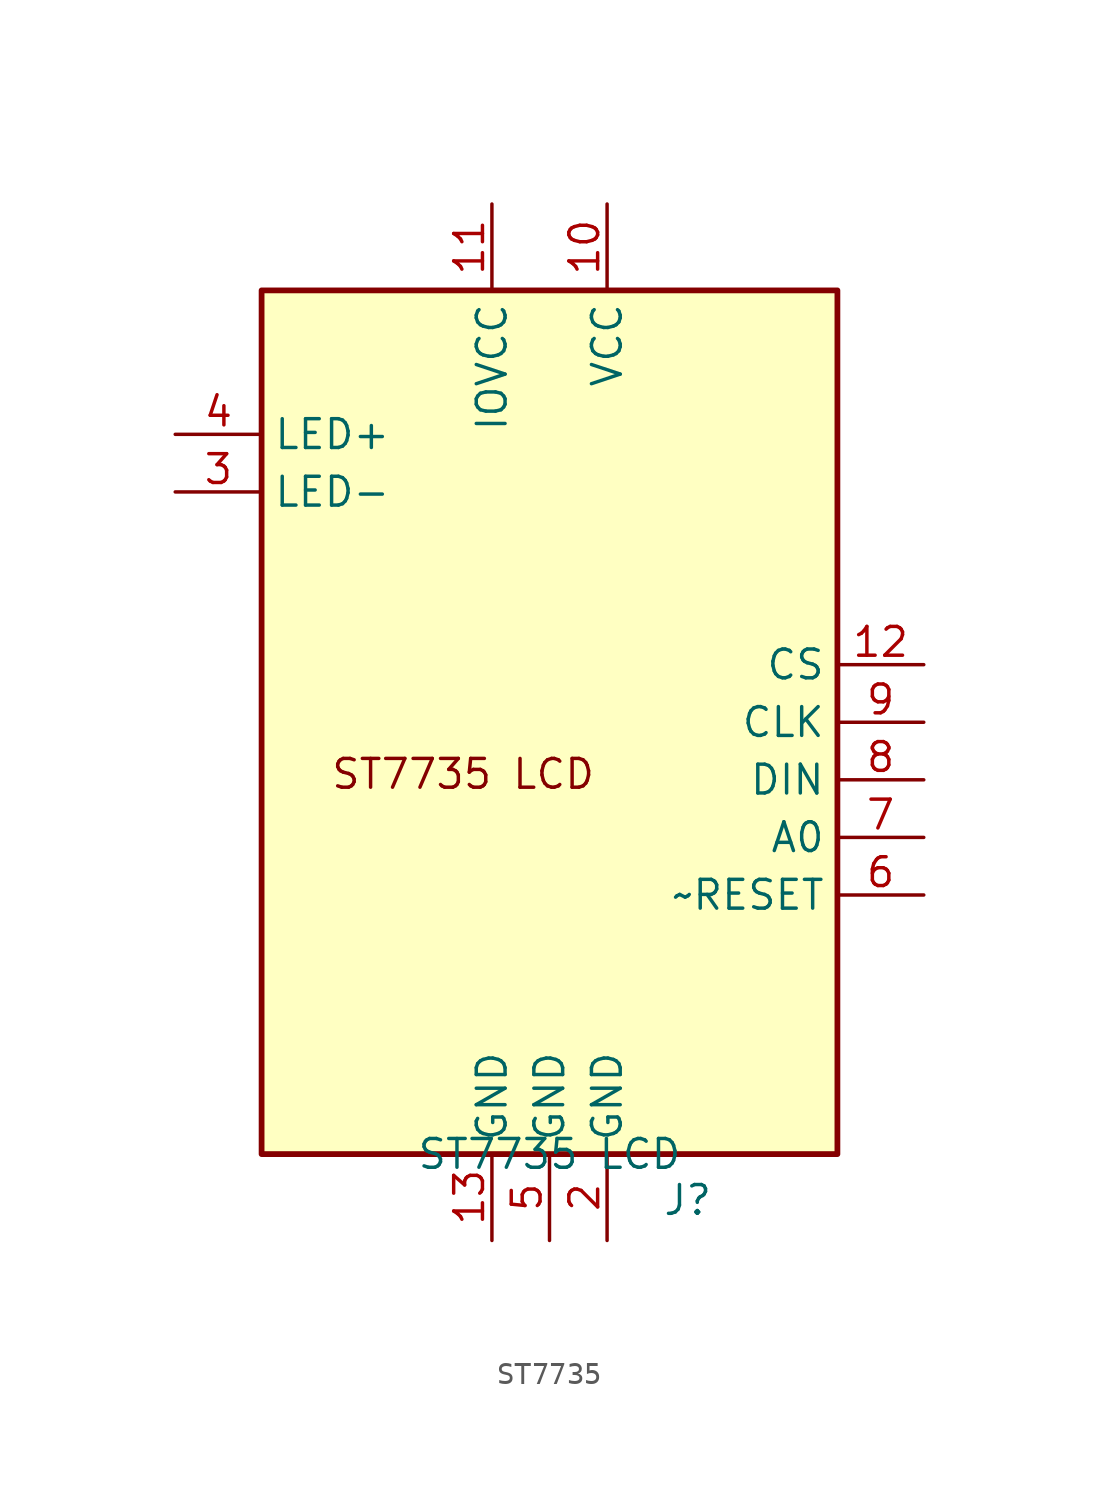
<source format=kicad_sym>
(kicad_symbol_lib
  (version 20241209)
  (generator "kicad_symbol_editor")
  (generator_version "9.0")
  (symbol "ST7735"
    (property "Reference" "J"
      (at 6.096 -2.032 0)
      (effects (font (size 1.27 1.27))))
    (property "Value" "ST7735 LCD"
      (at 0 0 0)
      (effects (font (size 1.27 1.27))))
    (symbol "ST7735_1_1"
      (rectangle (start -12.7 38.1) (end 12.7 0) (stroke (width 0.254) (type default)) (fill (type background)))
      (text "ST7735 LCD" (at -3.81 16.764 0) (effects (font (size 1.27 1.27))))
      (pin passive line (at -16.51 31.75 0) (length 3.81) (name "LED+" (effects (font (size 1.27 1.27)))) (number "4" (effects (font (size 1.27 1.27)))))
      (pin passive line (at -16.51 29.21 0) (length 3.81) (name "LED-" (effects (font (size 1.27 1.27)))) (number "3" (effects (font (size 1.27 1.27)))))
      (pin passive line (at -2.54 41.91 270) (length 3.81) (name "IOVCC" (effects (font (size 1.27 1.27)))) (number "11" (effects (font (size 1.27 1.27)))))
      (pin passive line (at -2.54 -3.81 90) (length 3.81) (name "GND" (effects (font (size 1.27 1.27)))) (number "13" (effects (font (size 1.27 1.27)))))
      (pin passive line (at 0 -3.81 90) (length 3.81) (name "GND" (effects (font (size 1.27 1.27)))) (number "5" (effects (font (size 1.27 1.27)))))
      (pin passive line (at 2.54 41.91 270) (length 3.81) (name "VCC" (effects (font (size 1.27 1.27)))) (number "10" (effects (font (size 1.27 1.27)))))
      (pin passive line (at 2.54 -3.81 90) (length 3.81) (name "GND" (effects (font (size 1.27 1.27)))) (number "2" (effects (font (size 1.27 1.27)))))
      (pin passive line (at 16.51 21.59 180) (length 3.81) (name "CS" (effects (font (size 1.27 1.27)))) (number "12" (effects (font (size 1.27 1.27)))))
      (pin passive line (at 16.51 19.05 180) (length 3.81) (name "CLK" (effects (font (size 1.27 1.27)))) (number "9" (effects (font (size 1.27 1.27)))))
      (pin passive line (at 16.51 16.51 180) (length 3.81) (name "DIN" (effects (font (size 1.27 1.27)))) (number "8" (effects (font (size 1.27 1.27)))))
      (pin passive line (at 16.51 13.97 180) (length 3.81) (name "A0" (effects (font (size 1.27 1.27)))) (number "7" (effects (font (size 1.27 1.27)))))
      (pin passive line (at 16.51 11.43 180) (length 3.81) (name "~RESET" (effects (font (size 1.27 1.27)))) (number "6" (effects (font (size 1.27 1.27))))))))
</source>
